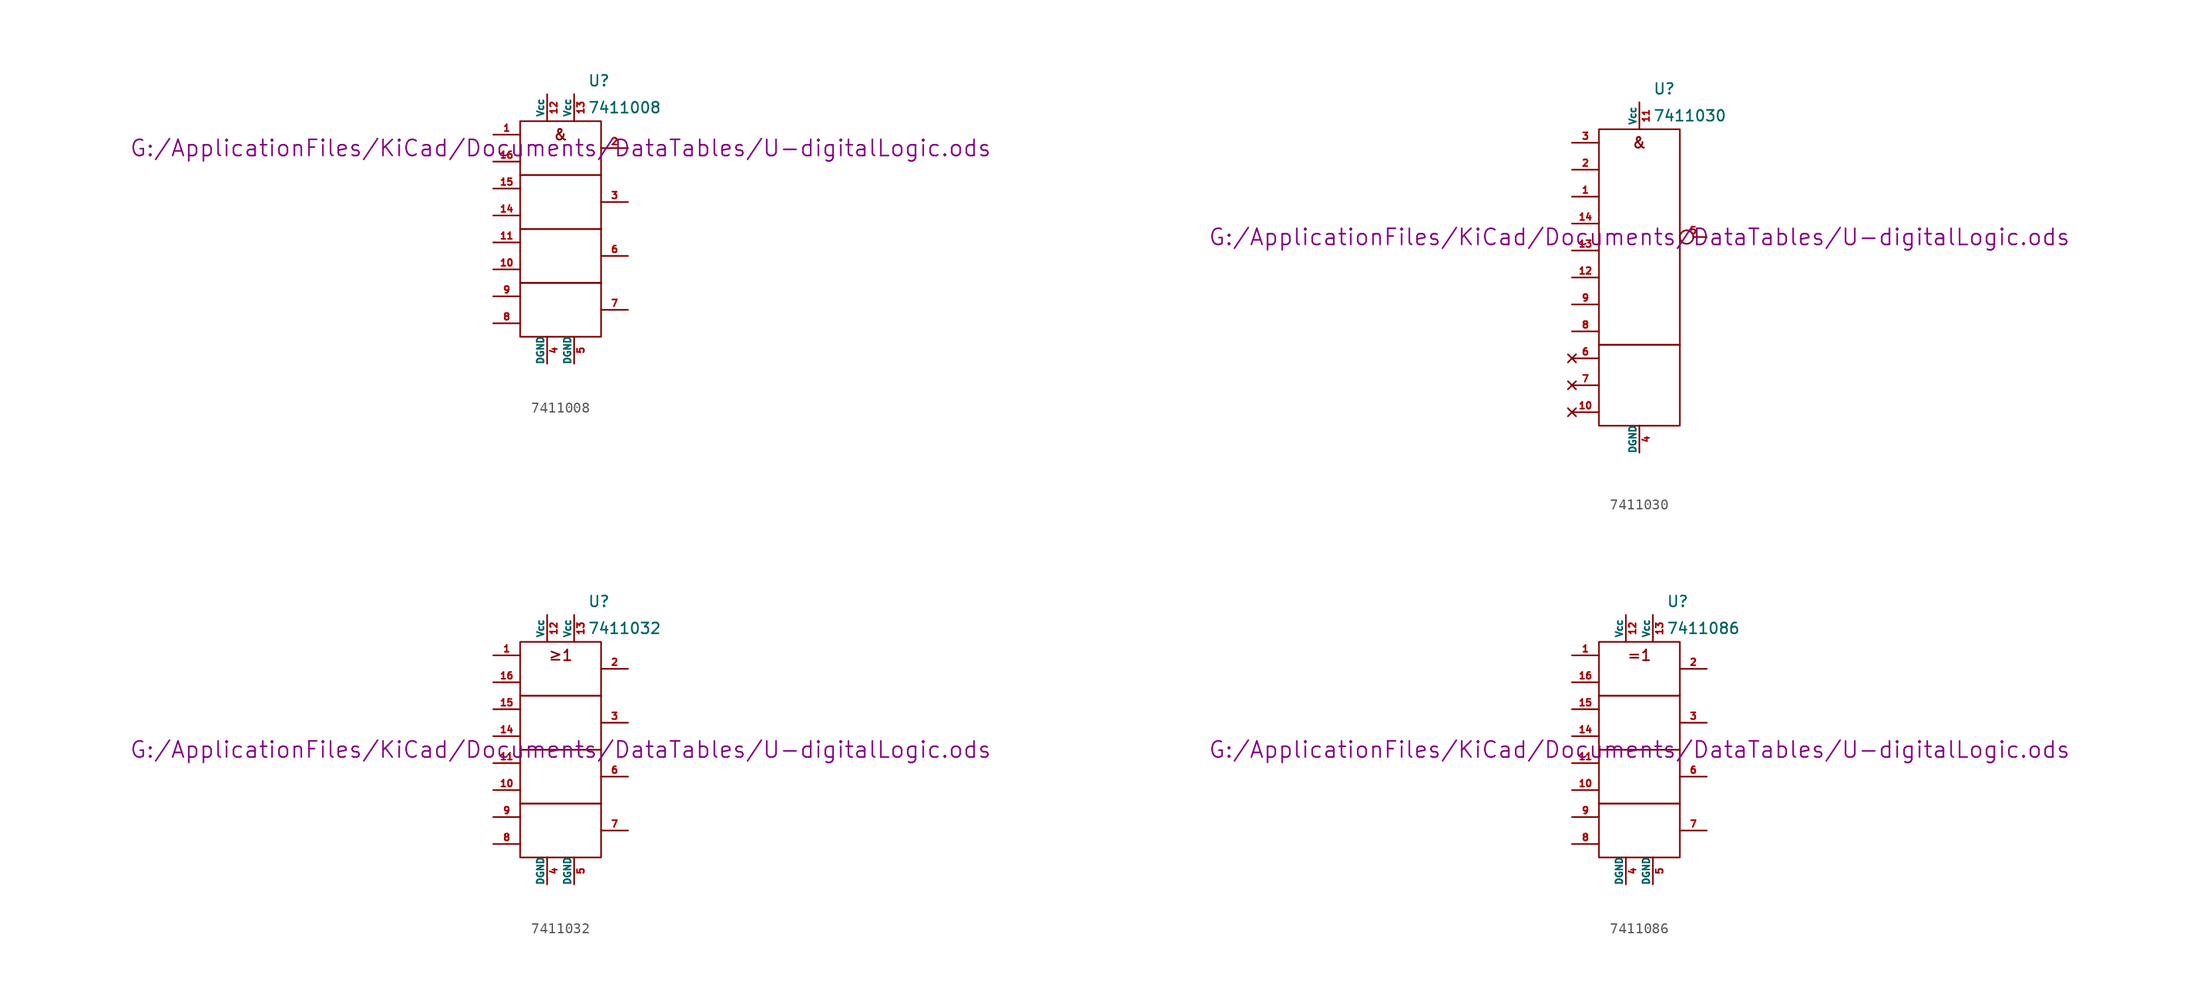
<source format=kicad_sym>
(kicad_symbol_lib
  (version 20211014)
  (generator kicad_symbol_editor)
  (symbol "7411008"
    (pin_names
      (offset 0))
    (property "Reference" "U"
      (at 2.54 13.97 0)
      (effects (font (size 1.016 1.016)) (justify left)))
    (property "Value" "7411008"
      (at 2.54 11.43 0)
      (effects (font (size 1.016 1.016)) (justify left)))
    (property "Footprint" ""
      (at 0 7.62 0)
      (effects (font (size 1.524 1.524))))
    (property "Datasheet" "G:/ApplicationFiles/KiCad/Documents/DataTables/U-digitalLogic.ods"
      (at 0 7.62 0)
      (effects (font (size 1.524 1.524))))
    (symbol "7411008_0_0"
      (text "&" (at 0 8.89 0) (effects (font (size 1.016 1.016)))))
    (symbol "7411008_0_1"
      (rectangle (start -3.81 -5.08) (end 3.81 -10.16) (stroke (width 0) (type default) (color 0 0 0 0)) (fill (type none)))
      (rectangle (start -3.81 0) (end 3.81 -5.08) (stroke (width 0) (type default) (color 0 0 0 0)) (fill (type none)))
      (rectangle (start -3.81 5.08) (end 3.81 0) (stroke (width 0) (type default) (color 0 0 0 0)) (fill (type none)))
      (rectangle (start -3.81 10.16) (end 3.81 5.08) (stroke (width 0) (type default) (color 0 0 0 0)) (fill (type none))))
    (symbol "7411008_1_1"
      (pin input line (at -6.35 8.89 0) (length 2.54) (name "~" (effects (font (size 0.635 0.635)))) (number "1" (effects (font (size 0.635 0.635)))))
      (pin input line (at -6.35 -3.81 0) (length 2.54) (name "~" (effects (font (size 0.635 0.635)))) (number "10" (effects (font (size 0.635 0.635)))))
      (pin input line (at -6.35 -1.27 0) (length 2.54) (name "~" (effects (font (size 0.635 0.635)))) (number "11" (effects (font (size 0.635 0.635)))))
      (pin power_in line (at -1.27 12.7 270) (length 2.54) (name "Vcc" (effects (font (size 0.635 0.635)))) (number "12" (effects (font (size 0.635 0.635)))))
      (pin power_in line (at 1.27 12.7 270) (length 2.54) (name "Vcc" (effects (font (size 0.635 0.635)))) (number "13" (effects (font (size 0.635 0.635)))))
      (pin input line (at -6.35 1.27 0) (length 2.54) (name "~" (effects (font (size 0.635 0.635)))) (number "14" (effects (font (size 0.635 0.635)))))
      (pin input line (at -6.35 3.81 0) (length 2.54) (name "~" (effects (font (size 0.635 0.635)))) (number "15" (effects (font (size 0.635 0.635)))))
      (pin input line (at -6.35 6.35 0) (length 2.54) (name "~" (effects (font (size 0.635 0.635)))) (number "16" (effects (font (size 0.635 0.635)))))
      (pin output line (at 6.35 7.62 180) (length 2.54) (name "~" (effects (font (size 0.635 0.635)))) (number "2" (effects (font (size 0.635 0.635)))))
      (pin output line (at 6.35 2.54 180) (length 2.54) (name "~" (effects (font (size 0.635 0.635)))) (number "3" (effects (font (size 0.635 0.635)))))
      (pin power_in line (at -1.27 -12.7 90) (length 2.54) (name "DGND" (effects (font (size 0.635 0.635)))) (number "4" (effects (font (size 0.635 0.635)))))
      (pin power_in line (at 1.27 -12.7 90) (length 2.54) (name "DGND" (effects (font (size 0.635 0.635)))) (number "5" (effects (font (size 0.635 0.635)))))
      (pin output line (at 6.35 -2.54 180) (length 2.54) (name "~" (effects (font (size 0.635 0.635)))) (number "6" (effects (font (size 0.635 0.635)))))
      (pin output line (at 6.35 -7.62 180) (length 2.54) (name "~" (effects (font (size 0.635 0.635)))) (number "7" (effects (font (size 0.635 0.635)))))
      (pin input line (at -6.35 -8.89 0) (length 2.54) (name "~" (effects (font (size 0.635 0.635)))) (number "8" (effects (font (size 0.635 0.635)))))
      (pin input line (at -6.35 -6.35 0) (length 2.54) (name "~" (effects (font (size 0.635 0.635)))) (number "9" (effects (font (size 0.635 0.635)))))))
  (symbol "7411030"
    (pin_names
      (offset 0))
    (property "Reference" "U"
      (at 1.27 17.78 0)
      (effects (font (size 1.016 1.016)) (justify left)))
    (property "Value" "7411030"
      (at 1.27 15.24 0)
      (effects (font (size 1.016 1.016)) (justify left)))
    (property "Footprint" ""
      (at 0 3.81 0)
      (effects (font (size 1.524 1.524))))
    (property "Datasheet" "G:/ApplicationFiles/KiCad/Documents/DataTables/U-digitalLogic.ods"
      (at 0 3.81 0)
      (effects (font (size 1.524 1.524))))
    (symbol "7411030_0_0"
      (text "&" (at 0 12.7 0) (effects (font (size 1.016 1.016)))))
    (symbol "7411030_0_1"
      (rectangle (start -3.81 -6.35) (end 3.81 -13.97) (stroke (width 0) (type default) (color 0 0 0 0)) (fill (type none)))
      (rectangle (start -3.81 13.97) (end 3.81 -6.35) (stroke (width 0) (type default) (color 0 0 0 0)) (fill (type none))))
    (symbol "7411030_1_1"
      (pin input line (at -6.35 7.62 0) (length 2.54) (name "~" (effects (font (size 0.635 0.635)))) (number "1" (effects (font (size 0.635 0.635)))))
      (pin no_connect line (at -6.35 -12.7 0) (length 2.54) (name "~" (effects (font (size 0.635 0.635)))) (number "10" (effects (font (size 0.635 0.635)))))
      (pin power_in line (at 0 16.51 270) (length 2.54) (name "Vcc" (effects (font (size 0.635 0.635)))) (number "11" (effects (font (size 0.635 0.635)))))
      (pin input line (at -6.35 0 0) (length 2.54) (name "~" (effects (font (size 0.635 0.635)))) (number "12" (effects (font (size 0.635 0.635)))))
      (pin input line (at -6.35 2.54 0) (length 2.54) (name "~" (effects (font (size 0.635 0.635)))) (number "13" (effects (font (size 0.635 0.635)))))
      (pin input line (at -6.35 5.08 0) (length 2.54) (name "~" (effects (font (size 0.635 0.635)))) (number "14" (effects (font (size 0.635 0.635)))))
      (pin input line (at -6.35 10.16 0) (length 2.54) (name "~" (effects (font (size 0.635 0.635)))) (number "2" (effects (font (size 0.635 0.635)))))
      (pin input line (at -6.35 12.7 0) (length 2.54) (name "~" (effects (font (size 0.635 0.635)))) (number "3" (effects (font (size 0.635 0.635)))))
      (pin power_in line (at 0 -16.51 90) (length 2.54) (name "DGND" (effects (font (size 0.635 0.635)))) (number "4" (effects (font (size 0.635 0.635)))))
      (pin input inverted (at 6.35 3.81 180) (length 2.54) (name "~" (effects (font (size 0.635 0.635)))) (number "5" (effects (font (size 0.635 0.635)))))
      (pin no_connect line (at -6.35 -7.62 0) (length 2.54) (name "~" (effects (font (size 0.635 0.635)))) (number "6" (effects (font (size 0.635 0.635)))))
      (pin no_connect line (at -6.35 -10.16 0) (length 2.54) (name "~" (effects (font (size 0.635 0.635)))) (number "7" (effects (font (size 0.635 0.635)))))
      (pin input line (at -6.35 -5.08 0) (length 2.54) (name "~" (effects (font (size 0.635 0.635)))) (number "8" (effects (font (size 0.635 0.635)))))
      (pin input line (at -6.35 -2.54 0) (length 2.54) (name "~" (effects (font (size 0.635 0.635)))) (number "9" (effects (font (size 0.635 0.635)))))))
  (symbol "7411032"
    (pin_names
      (offset 0))
    (property "Reference" "U"
      (at 2.54 13.97 0)
      (effects (font (size 1.016 1.016)) (justify left)))
    (property "Value" "7411032"
      (at 2.54 11.43 0)
      (effects (font (size 1.016 1.016)) (justify left)))
    (property "Footprint" ""
      (at 0 0 0)
      (effects (font (size 1.524 1.524))))
    (property "Datasheet" "G:/ApplicationFiles/KiCad/Documents/DataTables/U-digitalLogic.ods"
      (at 0 0 0)
      (effects (font (size 1.524 1.524))))
    (symbol "7411032_0_0"
      (text "≥1" (at 0 8.89 0) (effects (font (size 1.016 1.016)))))
    (symbol "7411032_0_1"
      (rectangle (start -3.81 -5.08) (end 3.81 -10.16) (stroke (width 0) (type default) (color 0 0 0 0)) (fill (type none)))
      (rectangle (start -3.81 0) (end 3.81 -5.08) (stroke (width 0) (type default) (color 0 0 0 0)) (fill (type none)))
      (rectangle (start -3.81 5.08) (end 3.81 0) (stroke (width 0) (type default) (color 0 0 0 0)) (fill (type none)))
      (rectangle (start -3.81 10.16) (end 3.81 5.08) (stroke (width 0) (type default) (color 0 0 0 0)) (fill (type none))))
    (symbol "7411032_1_1"
      (pin input line (at -6.35 8.89 0) (length 2.54) (name "~" (effects (font (size 0.635 0.635)))) (number "1" (effects (font (size 0.635 0.635)))))
      (pin input line (at -6.35 -3.81 0) (length 2.54) (name "~" (effects (font (size 0.635 0.635)))) (number "10" (effects (font (size 0.635 0.635)))))
      (pin input line (at -6.35 -1.27 0) (length 2.54) (name "~" (effects (font (size 0.635 0.635)))) (number "11" (effects (font (size 0.635 0.635)))))
      (pin power_in line (at -1.27 12.7 270) (length 2.54) (name "Vcc" (effects (font (size 0.635 0.635)))) (number "12" (effects (font (size 0.635 0.635)))))
      (pin power_in line (at 1.27 12.7 270) (length 2.54) (name "Vcc" (effects (font (size 0.635 0.635)))) (number "13" (effects (font (size 0.635 0.635)))))
      (pin input line (at -6.35 1.27 0) (length 2.54) (name "~" (effects (font (size 0.635 0.635)))) (number "14" (effects (font (size 0.635 0.635)))))
      (pin input line (at -6.35 3.81 0) (length 2.54) (name "~" (effects (font (size 0.635 0.635)))) (number "15" (effects (font (size 0.635 0.635)))))
      (pin input line (at -6.35 6.35 0) (length 2.54) (name "~" (effects (font (size 0.635 0.635)))) (number "16" (effects (font (size 0.635 0.635)))))
      (pin output line (at 6.35 7.62 180) (length 2.54) (name "~" (effects (font (size 0.635 0.635)))) (number "2" (effects (font (size 0.635 0.635)))))
      (pin output line (at 6.35 2.54 180) (length 2.54) (name "~" (effects (font (size 0.635 0.635)))) (number "3" (effects (font (size 0.635 0.635)))))
      (pin power_in line (at -1.27 -12.7 90) (length 2.54) (name "DGND" (effects (font (size 0.635 0.635)))) (number "4" (effects (font (size 0.635 0.635)))))
      (pin power_in line (at 1.27 -12.7 90) (length 2.54) (name "DGND" (effects (font (size 0.635 0.635)))) (number "5" (effects (font (size 0.635 0.635)))))
      (pin output line (at 6.35 -2.54 180) (length 2.54) (name "~" (effects (font (size 0.635 0.635)))) (number "6" (effects (font (size 0.635 0.635)))))
      (pin output line (at 6.35 -7.62 180) (length 2.54) (name "~" (effects (font (size 0.635 0.635)))) (number "7" (effects (font (size 0.635 0.635)))))
      (pin input line (at -6.35 -8.89 0) (length 2.54) (name "~" (effects (font (size 0.635 0.635)))) (number "8" (effects (font (size 0.635 0.635)))))
      (pin input line (at -6.35 -6.35 0) (length 2.54) (name "~" (effects (font (size 0.635 0.635)))) (number "9" (effects (font (size 0.635 0.635)))))))
  (symbol "7411086"
    (pin_names
      (offset 0))
    (property "Reference" "U"
      (at 2.54 13.97 0)
      (effects (font (size 1.016 1.016)) (justify left)))
    (property "Value" "7411086"
      (at 2.54 11.43 0)
      (effects (font (size 1.016 1.016)) (justify left)))
    (property "Footprint" ""
      (at 0 0 0)
      (effects (font (size 1.524 1.524))))
    (property "Datasheet" "G:/ApplicationFiles/KiCad/Documents/DataTables/U-digitalLogic.ods"
      (at 0 0 0)
      (effects (font (size 1.524 1.524))))
    (symbol "7411086_0_0"
      (text "=1" (at 0 8.89 0) (effects (font (size 1.016 1.016)))))
    (symbol "7411086_0_1"
      (rectangle (start -3.81 -5.08) (end 3.81 -10.16) (stroke (width 0) (type default) (color 0 0 0 0)) (fill (type none)))
      (rectangle (start -3.81 0) (end 3.81 -5.08) (stroke (width 0) (type default) (color 0 0 0 0)) (fill (type none)))
      (rectangle (start -3.81 5.08) (end 3.81 0) (stroke (width 0) (type default) (color 0 0 0 0)) (fill (type none)))
      (rectangle (start -3.81 10.16) (end 3.81 5.08) (stroke (width 0) (type default) (color 0 0 0 0)) (fill (type none))))
    (symbol "7411086_1_1"
      (pin input line (at -6.35 8.89 0) (length 2.54) (name "~" (effects (font (size 0.635 0.635)))) (number "1" (effects (font (size 0.635 0.635)))))
      (pin input line (at -6.35 -3.81 0) (length 2.54) (name "~" (effects (font (size 0.635 0.635)))) (number "10" (effects (font (size 0.635 0.635)))))
      (pin input line (at -6.35 -1.27 0) (length 2.54) (name "~" (effects (font (size 0.635 0.635)))) (number "11" (effects (font (size 0.635 0.635)))))
      (pin power_in line (at -1.27 12.7 270) (length 2.54) (name "Vcc" (effects (font (size 0.635 0.635)))) (number "12" (effects (font (size 0.635 0.635)))))
      (pin power_in line (at 1.27 12.7 270) (length 2.54) (name "Vcc" (effects (font (size 0.635 0.635)))) (number "13" (effects (font (size 0.635 0.635)))))
      (pin input line (at -6.35 1.27 0) (length 2.54) (name "~" (effects (font (size 0.635 0.635)))) (number "14" (effects (font (size 0.635 0.635)))))
      (pin input line (at -6.35 3.81 0) (length 2.54) (name "~" (effects (font (size 0.635 0.635)))) (number "15" (effects (font (size 0.635 0.635)))))
      (pin input line (at -6.35 6.35 0) (length 2.54) (name "~" (effects (font (size 0.635 0.635)))) (number "16" (effects (font (size 0.635 0.635)))))
      (pin output line (at 6.35 7.62 180) (length 2.54) (name "~" (effects (font (size 0.635 0.635)))) (number "2" (effects (font (size 0.635 0.635)))))
      (pin output line (at 6.35 2.54 180) (length 2.54) (name "~" (effects (font (size 0.635 0.635)))) (number "3" (effects (font (size 0.635 0.635)))))
      (pin power_in line (at -1.27 -12.7 90) (length 2.54) (name "DGND" (effects (font (size 0.635 0.635)))) (number "4" (effects (font (size 0.635 0.635)))))
      (pin power_in line (at 1.27 -12.7 90) (length 2.54) (name "DGND" (effects (font (size 0.635 0.635)))) (number "5" (effects (font (size 0.635 0.635)))))
      (pin output line (at 6.35 -2.54 180) (length 2.54) (name "~" (effects (font (size 0.635 0.635)))) (number "6" (effects (font (size 0.635 0.635)))))
      (pin output line (at 6.35 -7.62 180) (length 2.54) (name "~" (effects (font (size 0.635 0.635)))) (number "7" (effects (font (size 0.635 0.635)))))
      (pin input line (at -6.35 -8.89 0) (length 2.54) (name "~" (effects (font (size 0.635 0.635)))) (number "8" (effects (font (size 0.635 0.635)))))
      (pin input line (at -6.35 -6.35 0) (length 2.54) (name "~" (effects (font (size 0.635 0.635)))) (number "9" (effects (font (size 0.635 0.635))))))))
</source>
